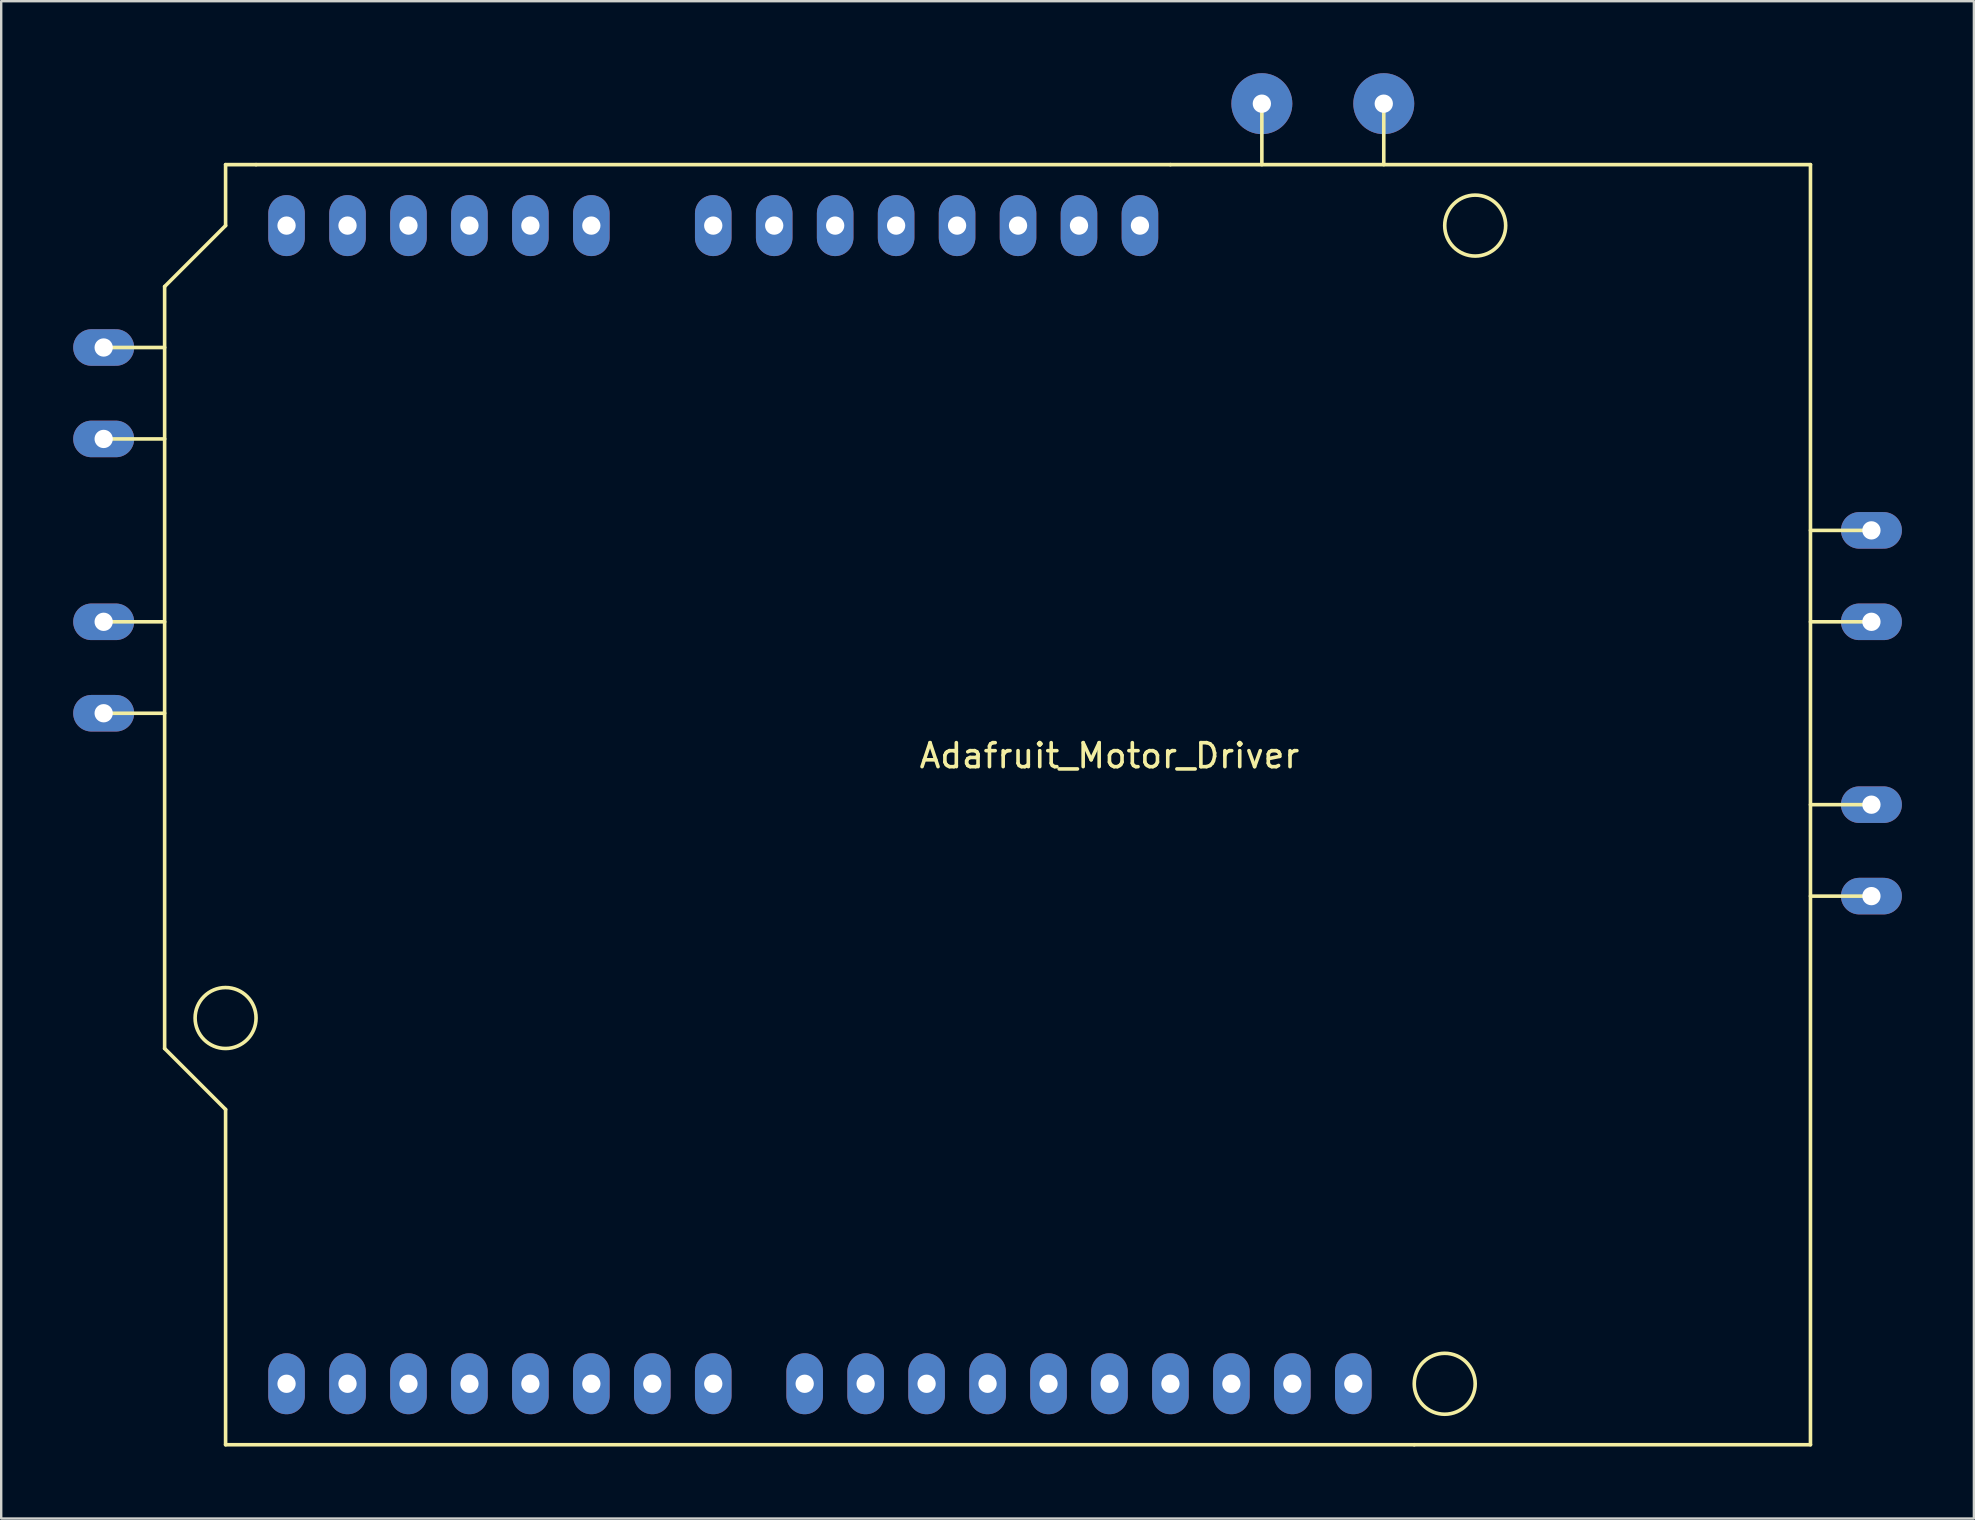
<source format=kicad_pcb>
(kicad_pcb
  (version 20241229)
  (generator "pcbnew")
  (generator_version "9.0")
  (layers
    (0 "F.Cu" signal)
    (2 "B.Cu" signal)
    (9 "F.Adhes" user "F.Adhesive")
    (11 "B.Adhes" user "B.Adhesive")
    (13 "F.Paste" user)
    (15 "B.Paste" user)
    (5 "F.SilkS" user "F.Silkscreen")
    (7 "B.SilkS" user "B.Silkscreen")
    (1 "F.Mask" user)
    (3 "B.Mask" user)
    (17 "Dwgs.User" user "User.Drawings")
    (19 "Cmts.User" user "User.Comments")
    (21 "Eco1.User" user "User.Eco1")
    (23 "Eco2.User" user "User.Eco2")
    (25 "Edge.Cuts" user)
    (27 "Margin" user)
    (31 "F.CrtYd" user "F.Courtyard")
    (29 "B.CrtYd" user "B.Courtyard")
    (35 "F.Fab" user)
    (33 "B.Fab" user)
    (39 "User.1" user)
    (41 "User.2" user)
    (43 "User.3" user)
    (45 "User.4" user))
  (footprint "Adafruit_Motor_Driver"
    (layer "F.Cu")
    (at 8.89 6.35)
    (property "Reference" "Adafruit_Motor_Driver" (at 34.29 22.09 0) (layer "F.SilkS") (effects (font (size 1 1) (thickness 0.15))))
    (attr through_hole)
    (fp_line (start -5.08 2.54) (end -5.08 34.29) (stroke (width 0.15) (type solid)) (layer "F.SilkS"))
    (fp_line (start -5.08 5.08) (end -7.62 5.08) (stroke (width 0.15) (type solid)) (layer "F.SilkS"))
    (fp_line (start -5.08 8.89) (end -7.62 8.89) (stroke (width 0.15) (type solid)) (layer "F.SilkS"))
    (fp_line (start -5.08 16.51) (end -7.62 16.51) (stroke (width 0.15) (type solid)) (layer "F.SilkS"))
    (fp_line (start -5.08 20.32) (end -7.62 20.32) (stroke (width 0.15) (type solid)) (layer "F.SilkS"))
    (fp_line (start -5.08 34.29) (end -2.54 36.83) (stroke (width 0.15) (type solid)) (layer "F.SilkS"))
    (fp_line (start -2.54 -2.54) (end -2.54 0) (stroke (width 0.15) (type solid)) (layer "F.SilkS"))
    (fp_line (start -2.54 0) (end -5.08 2.54) (stroke (width 0.15) (type solid)) (layer "F.SilkS"))
    (fp_line (start -2.54 36.83) (end -2.54 50.8) (stroke (width 0.15) (type solid)) (layer "F.SilkS"))
    (fp_line (start -2.54 50.8) (end 46.99 50.8) (stroke (width 0.15) (type solid)) (layer "F.SilkS"))
    (fp_line (start -1.27 -2.54) (end -2.54 -2.54) (stroke (width 0.15) (type solid)) (layer "F.SilkS"))
    (fp_line (start -1.27 -2.54) (end 36.83 -2.54) (stroke (width 0.15) (type solid)) (layer "F.SilkS"))
    (fp_line (start 36.83 -2.54) (end 63.5 -2.54) (stroke (width 0.15) (type solid)) (layer "F.SilkS"))
    (fp_line (start 40.64 -2.54) (end 40.64 -5.08) (stroke (width 0.15) (type solid)) (layer "F.SilkS"))
    (fp_line (start 45.72 -2.54) (end 45.72 -5.08) (stroke (width 0.15) (type solid)) (layer "F.SilkS"))
    (fp_line (start 63.5 -2.54) (end 63.5 50.8) (stroke (width 0.15) (type solid)) (layer "F.SilkS"))
    (fp_line (start 63.5 12.7) (end 66.04 12.7) (stroke (width 0.15) (type solid)) (layer "F.SilkS"))
    (fp_line (start 63.5 16.51) (end 66.04 16.51) (stroke (width 0.15) (type solid)) (layer "F.SilkS"))
    (fp_line (start 63.5 24.13) (end 66.04 24.13) (stroke (width 0.15) (type solid)) (layer "F.SilkS"))
    (fp_line (start 63.5 27.94) (end 66.04 27.94) (stroke (width 0.15) (type solid)) (layer "F.SilkS"))
    (fp_line (start 63.5 50.8) (end 46.99 50.8) (stroke (width 0.15) (type solid)) (layer "F.SilkS"))
    (fp_circle (center -2.54 33.02) (end -3.81 33.02) (stroke (width 0.15) (type solid)) (fill no) (layer "F.SilkS"))
    (fp_circle (center 48.26 48.26) (end 46.99 48.26) (stroke (width 0.15) (type solid)) (fill no) (layer "F.SilkS"))
    (fp_circle (center 49.53 0) (end 49.53 -1.27) (stroke (width 0.15) (type solid)) (fill no) (layer "F.SilkS"))
    (pad "1" thru_hole oval (at 27.94 0) (size 1.524 2.54) (drill 0.762) (layers "*.Cu" "*.Mask"))
    (pad "2" thru_hole oval (at 20.32 0) (size 1.524 2.54) (drill 0.762) (layers "*.Cu" "*.Mask"))
    (pad "2" thru_hole oval (at 22.86 0) (size 1.524 2.54) (drill 0.762) (layers "*.Cu" "*.Mask"))
    (pad "2" thru_hole oval (at 36.83 48.26) (size 1.524 2.54) (drill 0.762) (layers "*.Cu" "*.Mask"))
    (pad "3" thru_hole oval (at 44.45 48.26) (size 1.524 2.54) (drill 0.762) (layers "*.Cu" "*.Mask"))
    (pad "4" thru_hole oval (at 41.91 48.26) (size 1.524 2.54) (drill 0.762) (layers "*.Cu" "*.Mask"))
    (pad "5" thru_hole circle (at 45.72 -5.08) (size 2.54 2.54) (drill 0.762) (layers "*.Cu" "*.Mask"))
    (pad "6" thru_hole circle (at 40.64 -5.08) (size 2.54 2.54) (drill 0.762) (layers "*.Cu" "*.Mask"))
    (pad "7" thru_hole oval (at 66.04 12.7 90) (size 1.524 2.54) (drill 0.762) (layers "*.Cu" "*.Mask"))
    (pad "8" thru_hole oval (at 66.04 16.51 90) (size 1.524 2.54) (drill 0.762) (layers "*.Cu" "*.Mask"))
    (pad "9" thru_hole oval (at 66.04 24.13 90) (size 1.524 2.54) (drill 0.762) (layers "*.Cu" "*.Mask"))
    (pad "10" thru_hole oval (at 66.04 27.94 90) (size 1.524 2.54) (drill 0.762) (layers "*.Cu" "*.Mask"))
    (pad "11" thru_hole oval (at -7.62 20.32 270) (size 1.524 2.54) (drill 0.762) (layers "*.Cu" "*.Mask"))
    (pad "12" thru_hole oval (at -7.62 16.51 270) (size 1.524 2.54) (drill 0.762) (layers "*.Cu" "*.Mask"))
    (pad "13" thru_hole oval (at -7.62 8.89 270) (size 1.524 2.54) (drill 0.762) (layers "*.Cu" "*.Mask"))
    (pad "14" thru_hole oval (at -7.62 5.08 270) (size 1.524 2.54) (drill 0.762) (layers "*.Cu" "*.Mask"))
    (pad "15" thru_hole oval (at 0 48.26) (size 1.524 2.54) (drill 0.762) (layers "*.Cu" "*.Mask"))
    (pad "16" thru_hole oval (at 2.54 48.26) (size 1.524 2.54) (drill 0.762) (layers "*.Cu" "*.Mask"))
    (pad "17" thru_hole oval (at 5.08 48.26) (size 1.524 2.54) (drill 0.762) (layers "*.Cu" "*.Mask"))
    (pad "18" thru_hole oval (at 7.62 48.26) (size 1.524 2.54) (drill 0.762) (layers "*.Cu" "*.Mask"))
    (pad "19" thru_hole oval (at 10.16 48.26) (size 1.524 2.54) (drill 0.762) (layers "*.Cu" "*.Mask"))
    (pad "20" thru_hole oval (at 12.7 48.26) (size 1.524 2.54) (drill 0.762) (layers "*.Cu" "*.Mask"))
    (pad "21" thru_hole oval (at 15.24 48.26) (size 1.524 2.54) (drill 0.762) (layers "*.Cu" "*.Mask"))
    (pad "22" thru_hole oval (at 17.78 48.26) (size 1.524 2.54) (drill 0.762) (layers "*.Cu" "*.Mask"))
    (pad "23" thru_hole oval (at 21.59 48.26) (size 1.524 2.54) (drill 0.762) (layers "*.Cu" "*.Mask"))
    (pad "24" thru_hole oval (at 24.13 48.26) (size 1.524 2.54) (drill 0.762) (layers "*.Cu" "*.Mask"))
    (pad "25" thru_hole oval (at 26.67 48.26) (size 1.524 2.54) (drill 0.762) (layers "*.Cu" "*.Mask"))
    (pad "26" thru_hole oval (at 29.21 48.26) (size 1.524 2.54) (drill 0.762) (layers "*.Cu" "*.Mask"))
    (pad "27" thru_hole oval (at 31.75 48.26) (size 1.524 2.54) (drill 0.762) (layers "*.Cu" "*.Mask"))
    (pad "28" thru_hole oval (at 34.29 48.26) (size 1.524 2.54) (drill 0.762) (layers "*.Cu" "*.Mask"))
    (pad "30" thru_hole oval (at 39.37 48.26) (size 1.524 2.54) (drill 0.762) (layers "*.Cu" "*.Mask"))
    (pad "31" thru_hole oval (at 0 0) (size 1.524 2.54) (drill 0.762) (layers "*.Cu" "*.Mask"))
    (pad "32" thru_hole oval (at 2.54 0) (size 1.524 2.54) (drill 0.762) (layers "*.Cu" "*.Mask"))
    (pad "33" thru_hole oval (at 5.08 0) (size 1.524 2.54) (drill 0.762) (layers "*.Cu" "*.Mask"))
    (pad "34" thru_hole oval (at 7.62 0) (size 1.524 2.54) (drill 0.762) (layers "*.Cu" "*.Mask"))
    (pad "35" thru_hole oval (at 10.16 0) (size 1.524 2.54) (drill 0.762) (layers "*.Cu" "*.Mask"))
    (pad "36" thru_hole oval (at 12.7 0) (size 1.524 2.54) (drill 0.762) (layers "*.Cu" "*.Mask"))
    (pad "37" thru_hole oval (at 17.78 0) (size 1.524 2.54) (drill 0.762) (layers "*.Cu" "*.Mask"))
    (pad "38" thru_hole oval (at 25.4 0) (size 1.524 2.54) (drill 0.762) (layers "*.Cu" "*.Mask"))
    (pad "39" thru_hole oval (at 30.48 0) (size 1.524 2.54) (drill 0.762) (layers "*.Cu" "*.Mask"))
    (pad "40" thru_hole oval (at 33.02 0) (size 1.524 2.54) (drill 0.762) (layers "*.Cu" "*.Mask"))
    (pad "41" thru_hole oval (at 35.56 0) (size 1.524 2.54) (drill 0.762) (layers "*.Cu" "*.Mask")))
  (gr_rect
    (start -3 -3)
    (end 79.2 60.225)
    (stroke (width 0.1) (type default))
    (fill no)
    (layer "Edge.Cuts")))
</source>
